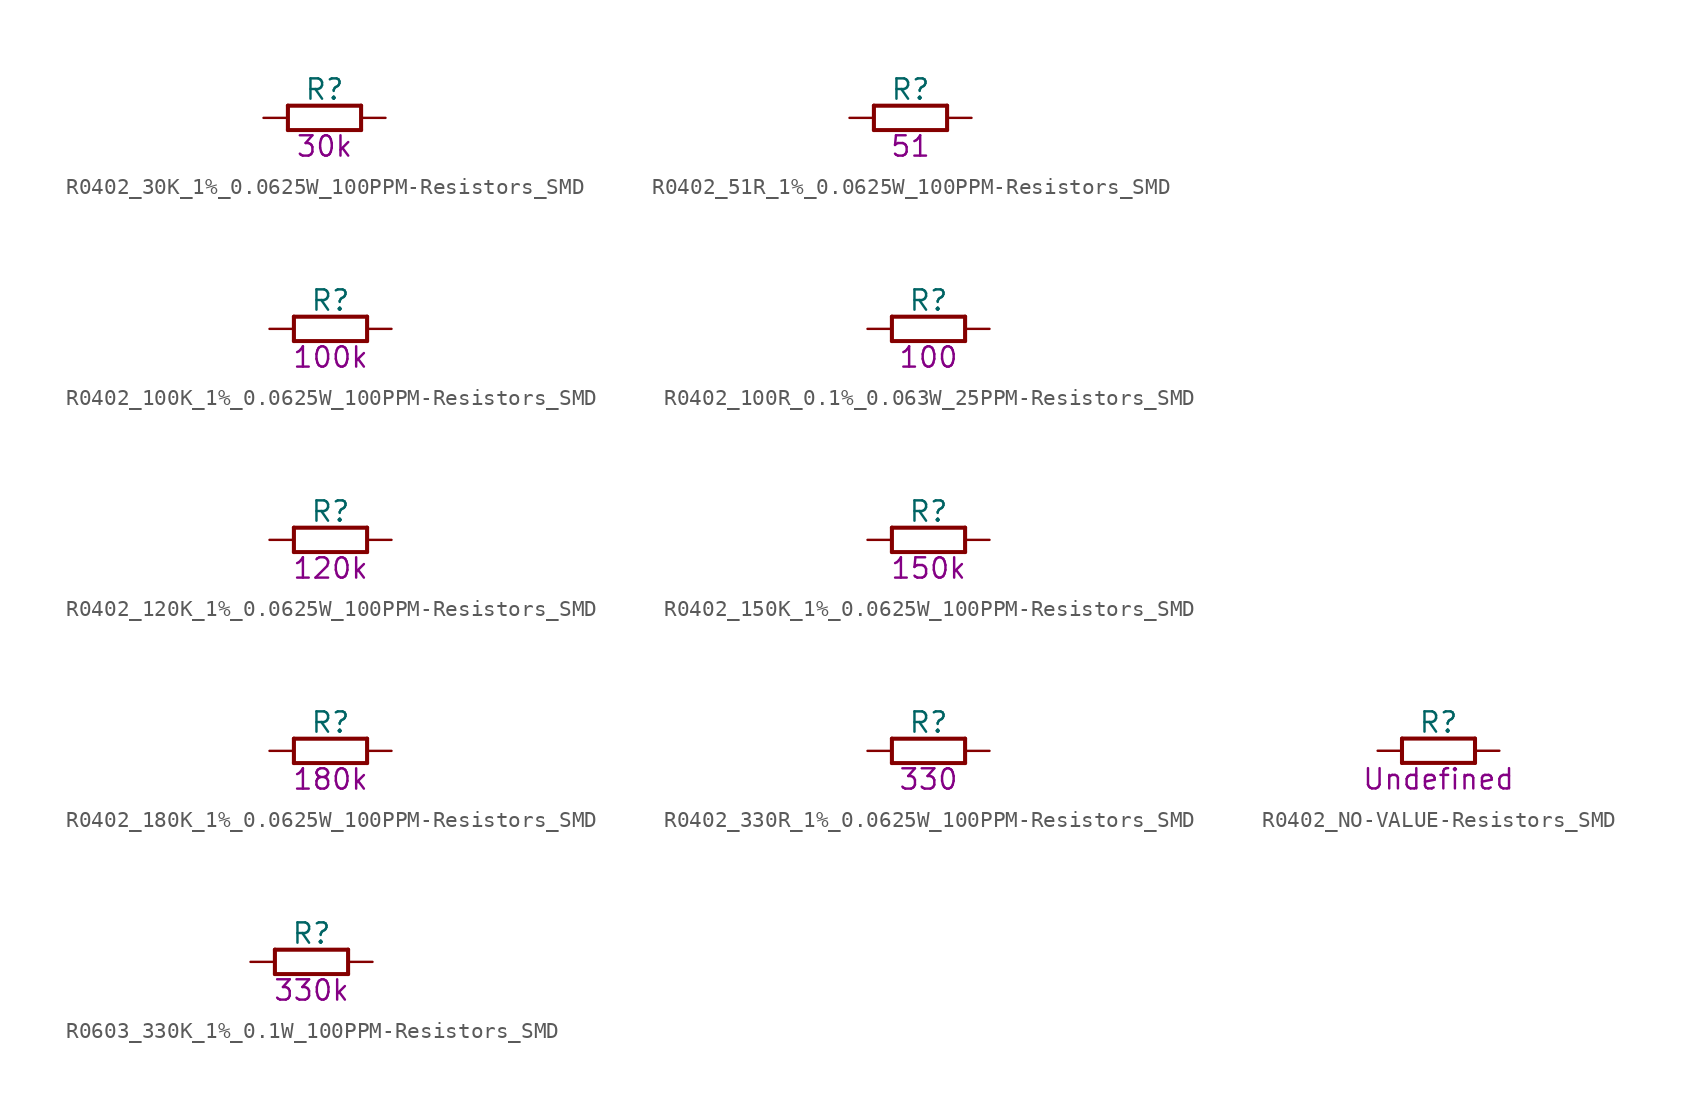
<source format=kicad_sym>
(kicad_symbol_lib
  (version 20200126)
  (host kicad_symbol_editor "(5.99.0-2809-gaceed2b0a4)")
  (symbol "LCD_Board-rescue:R0402_30K_1%_0.0625W_100PPM-Resistors_SMD"
    (pin_names
      (offset 1.27))
    (property "Reference" "R"
      (at 3.81 1.778 0)
      (effects (font (size 1.27 1.27))))
    (property "Val" "30k"
      (at 3.81 -1.778 0)
      (effects (font (size 1.27 1.27))))
    (property "ki_locked" ""
      (at 0 0 0)
      (effects (font (size 1.27 1.27))))
    (symbol "R0402_30K_1%_0.0625W_100PPM-Resistors_SMD_0_1"
      (text "1%" (at 3.81 0 0) (effects (font (size 0.635 0.635)) hide))
      (polyline (pts (xy 1.524 -0.762) (xy 6.096 -0.762)) (stroke (width 0.254)) (fill (type none)))
      (polyline (pts (xy 1.524 0.762) (xy 1.524 -0.762)) (stroke (width 0.254)) (fill (type none)))
      (polyline (pts (xy 6.096 -0.762) (xy 6.096 0.762)) (stroke (width 0.254)) (fill (type none)))
      (polyline (pts (xy 6.096 0.762) (xy 1.524 0.762)) (stroke (width 0.254)) (fill (type none)))
      (pin passive line (at 0 0 0) (length 1.524) (name "1" (effects (font (size 0 0)))) (number "1" (effects (font (size 0 0)))))
      (pin passive line (at 7.62 0 180) (length 1.524) (name "2" (effects (font (size 0 0)))) (number "2" (effects (font (size 0 0)))))))
  (symbol "LCD_Board-rescue:R0402_51R_1%_0.0625W_100PPM-Resistors_SMD"
    (pin_names
      (offset 1.27))
    (property "Reference" "R"
      (at 3.81 1.778 0)
      (effects (font (size 1.27 1.27))))
    (property "Val" "51"
      (at 3.81 -1.778 0)
      (effects (font (size 1.27 1.27))))
    (property "ki_locked" ""
      (at 0 0 0)
      (effects (font (size 1.27 1.27))))
    (symbol "R0402_51R_1%_0.0625W_100PPM-Resistors_SMD_0_1"
      (text "1%" (at 3.81 0 0) (effects (font (size 0.635 0.635)) hide))
      (polyline (pts (xy 1.524 -0.762) (xy 6.096 -0.762)) (stroke (width 0.254)) (fill (type none)))
      (polyline (pts (xy 1.524 0.762) (xy 1.524 -0.762)) (stroke (width 0.254)) (fill (type none)))
      (polyline (pts (xy 6.096 -0.762) (xy 6.096 0.762)) (stroke (width 0.254)) (fill (type none)))
      (polyline (pts (xy 6.096 0.762) (xy 1.524 0.762)) (stroke (width 0.254)) (fill (type none)))
      (pin passive line (at 0 0 0) (length 1.524) (name "1" (effects (font (size 0 0)))) (number "1" (effects (font (size 0 0)))))
      (pin passive line (at 7.62 0 180) (length 1.524) (name "2" (effects (font (size 0 0)))) (number "2" (effects (font (size 0 0)))))))
  (symbol "LCD_Board-rescue:R0402_100K_1%_0.0625W_100PPM-Resistors_SMD"
    (pin_names
      (offset 1.27))
    (property "Reference" "R"
      (at 3.81 1.778 0)
      (effects (font (size 1.27 1.27))))
    (property "Val" "100k"
      (at 3.81 -1.778 0)
      (effects (font (size 1.27 1.27))))
    (property "ki_locked" ""
      (at 0 0 0)
      (effects (font (size 1.27 1.27))))
    (symbol "R0402_100K_1%_0.0625W_100PPM-Resistors_SMD_0_1"
      (text "1%" (at 3.81 0 0) (effects (font (size 0.635 0.635)) hide))
      (polyline (pts (xy 1.524 -0.762) (xy 6.096 -0.762)) (stroke (width 0.254)) (fill (type none)))
      (polyline (pts (xy 1.524 0.762) (xy 1.524 -0.762)) (stroke (width 0.254)) (fill (type none)))
      (polyline (pts (xy 6.096 -0.762) (xy 6.096 0.762)) (stroke (width 0.254)) (fill (type none)))
      (polyline (pts (xy 6.096 0.762) (xy 1.524 0.762)) (stroke (width 0.254)) (fill (type none)))
      (pin passive line (at 0 0 0) (length 1.524) (name "1" (effects (font (size 0 0)))) (number "1" (effects (font (size 0 0)))))
      (pin passive line (at 7.62 0 180) (length 1.524) (name "2" (effects (font (size 0 0)))) (number "2" (effects (font (size 0 0)))))))
  (symbol "LCD_Board-rescue:R0402_100R_0.1%_0.063W_25PPM-Resistors_SMD"
    (pin_names
      (offset 1.27))
    (property "Reference" "R"
      (at 3.81 1.778 0)
      (effects (font (size 1.27 1.27))))
    (property "Val" "100"
      (at 3.81 -1.778 0)
      (effects (font (size 1.27 1.27))))
    (property "ki_locked" ""
      (at 0 0 0)
      (effects (font (size 1.27 1.27))))
    (symbol "R0402_100R_0.1%_0.063W_25PPM-Resistors_SMD_0_1"
      (text "0.1%" (at 3.81 0 0) (effects (font (size 0.635 0.635)) hide))
      (polyline (pts (xy 1.524 -0.762) (xy 6.096 -0.762)) (stroke (width 0.254)) (fill (type none)))
      (polyline (pts (xy 1.524 0.762) (xy 1.524 -0.762)) (stroke (width 0.254)) (fill (type none)))
      (polyline (pts (xy 6.096 -0.762) (xy 6.096 0.762)) (stroke (width 0.254)) (fill (type none)))
      (polyline (pts (xy 6.096 0.762) (xy 1.524 0.762)) (stroke (width 0.254)) (fill (type none)))
      (pin passive line (at 0 0 0) (length 1.524) (name "1" (effects (font (size 0 0)))) (number "1" (effects (font (size 0 0)))))
      (pin passive line (at 7.62 0 180) (length 1.524) (name "2" (effects (font (size 0 0)))) (number "2" (effects (font (size 0 0)))))))
  (symbol "LCD_Board-rescue:R0402_120K_1%_0.0625W_100PPM-Resistors_SMD"
    (pin_names
      (offset 1.27))
    (property "Reference" "R"
      (at 3.81 1.778 0)
      (effects (font (size 1.27 1.27))))
    (property "Val" "120k"
      (at 3.81 -1.778 0)
      (effects (font (size 1.27 1.27))))
    (property "ki_locked" ""
      (at 0 0 0)
      (effects (font (size 1.27 1.27))))
    (symbol "R0402_120K_1%_0.0625W_100PPM-Resistors_SMD_0_1"
      (text "1%" (at 3.81 0 0) (effects (font (size 0.635 0.635)) hide))
      (polyline (pts (xy 1.524 -0.762) (xy 6.096 -0.762)) (stroke (width 0.254)) (fill (type none)))
      (polyline (pts (xy 1.524 0.762) (xy 1.524 -0.762)) (stroke (width 0.254)) (fill (type none)))
      (polyline (pts (xy 6.096 -0.762) (xy 6.096 0.762)) (stroke (width 0.254)) (fill (type none)))
      (polyline (pts (xy 6.096 0.762) (xy 1.524 0.762)) (stroke (width 0.254)) (fill (type none)))
      (pin passive line (at 0 0 0) (length 1.524) (name "1" (effects (font (size 0 0)))) (number "1" (effects (font (size 0 0)))))
      (pin passive line (at 7.62 0 180) (length 1.524) (name "2" (effects (font (size 0 0)))) (number "2" (effects (font (size 0 0)))))))
  (symbol "LCD_Board-rescue:R0402_150K_1%_0.0625W_100PPM-Resistors_SMD"
    (pin_names
      (offset 1.27))
    (property "Reference" "R"
      (at 3.81 1.778 0)
      (effects (font (size 1.27 1.27))))
    (property "Val" "150k"
      (at 3.81 -1.778 0)
      (effects (font (size 1.27 1.27))))
    (property "ki_locked" ""
      (at 0 0 0)
      (effects (font (size 1.27 1.27))))
    (symbol "R0402_150K_1%_0.0625W_100PPM-Resistors_SMD_0_1"
      (text "1%" (at 3.81 0 0) (effects (font (size 0.635 0.635)) hide))
      (polyline (pts (xy 1.524 -0.762) (xy 6.096 -0.762)) (stroke (width 0.254)) (fill (type none)))
      (polyline (pts (xy 1.524 0.762) (xy 1.524 -0.762)) (stroke (width 0.254)) (fill (type none)))
      (polyline (pts (xy 6.096 -0.762) (xy 6.096 0.762)) (stroke (width 0.254)) (fill (type none)))
      (polyline (pts (xy 6.096 0.762) (xy 1.524 0.762)) (stroke (width 0.254)) (fill (type none)))
      (pin passive line (at 0 0 0) (length 1.524) (name "1" (effects (font (size 0 0)))) (number "1" (effects (font (size 0 0)))))
      (pin passive line (at 7.62 0 180) (length 1.524) (name "2" (effects (font (size 0 0)))) (number "2" (effects (font (size 0 0)))))))
  (symbol "LCD_Board-rescue:R0402_180K_1%_0.0625W_100PPM-Resistors_SMD"
    (pin_names
      (offset 1.27))
    (property "Reference" "R"
      (at 3.81 1.778 0)
      (effects (font (size 1.27 1.27))))
    (property "Val" "180k"
      (at 3.81 -1.778 0)
      (effects (font (size 1.27 1.27))))
    (property "ki_locked" ""
      (at 0 0 0)
      (effects (font (size 1.27 1.27))))
    (symbol "R0402_180K_1%_0.0625W_100PPM-Resistors_SMD_0_1"
      (text "1%" (at 3.81 0 0) (effects (font (size 0.635 0.635)) hide))
      (polyline (pts (xy 1.524 -0.762) (xy 6.096 -0.762)) (stroke (width 0.254)) (fill (type none)))
      (polyline (pts (xy 1.524 0.762) (xy 1.524 -0.762)) (stroke (width 0.254)) (fill (type none)))
      (polyline (pts (xy 6.096 -0.762) (xy 6.096 0.762)) (stroke (width 0.254)) (fill (type none)))
      (polyline (pts (xy 6.096 0.762) (xy 1.524 0.762)) (stroke (width 0.254)) (fill (type none)))
      (pin passive line (at 0 0 0) (length 1.524) (name "1" (effects (font (size 0 0)))) (number "1" (effects (font (size 0 0)))))
      (pin passive line (at 7.62 0 180) (length 1.524) (name "2" (effects (font (size 0 0)))) (number "2" (effects (font (size 0 0)))))))
  (symbol "LCD_Board-rescue:R0402_330R_1%_0.0625W_100PPM-Resistors_SMD"
    (pin_names
      (offset 1.27))
    (property "Reference" "R"
      (at 3.81 1.778 0)
      (effects (font (size 1.27 1.27))))
    (property "Val" "330"
      (at 3.81 -1.778 0)
      (effects (font (size 1.27 1.27))))
    (property "ki_locked" ""
      (at 0 0 0)
      (effects (font (size 1.27 1.27))))
    (symbol "R0402_330R_1%_0.0625W_100PPM-Resistors_SMD_0_1"
      (text "1%" (at 3.81 0 0) (effects (font (size 0.635 0.635)) hide))
      (polyline (pts (xy 1.524 -0.762) (xy 6.096 -0.762)) (stroke (width 0.254)) (fill (type none)))
      (polyline (pts (xy 1.524 0.762) (xy 1.524 -0.762)) (stroke (width 0.254)) (fill (type none)))
      (polyline (pts (xy 6.096 -0.762) (xy 6.096 0.762)) (stroke (width 0.254)) (fill (type none)))
      (polyline (pts (xy 6.096 0.762) (xy 1.524 0.762)) (stroke (width 0.254)) (fill (type none)))
      (pin passive line (at 0 0 0) (length 1.524) (name "1" (effects (font (size 0 0)))) (number "1" (effects (font (size 0 0)))))
      (pin passive line (at 7.62 0 180) (length 1.524) (name "2" (effects (font (size 0 0)))) (number "2" (effects (font (size 0 0)))))))
  (symbol "LCD_Board-rescue:R0402_NO-VALUE-Resistors_SMD"
    (pin_names
      (offset 1.27))
    (property "Reference" "R"
      (at 3.81 1.778 0)
      (effects (font (size 1.27 1.27))))
    (property "Val" "Undefined"
      (at 3.81 -1.778 0)
      (effects (font (size 1.27 1.27))))
    (property "ki_locked" ""
      (at 0 0 0)
      (effects (font (size 1.27 1.27))))
    (symbol "R0402_NO-VALUE-Resistors_SMD_0_1"
      (polyline (pts (xy 1.524 -0.762) (xy 6.096 -0.762)) (stroke (width 0.254)) (fill (type none)))
      (polyline (pts (xy 1.524 0.762) (xy 1.524 -0.762)) (stroke (width 0.254)) (fill (type none)))
      (polyline (pts (xy 6.096 -0.762) (xy 6.096 0.762)) (stroke (width 0.254)) (fill (type none)))
      (polyline (pts (xy 6.096 0.762) (xy 1.524 0.762)) (stroke (width 0.254)) (fill (type none)))
      (pin passive line (at 0 0 0) (length 1.524) (name "1" (effects (font (size 0 0)))) (number "1" (effects (font (size 0 0)))))
      (pin passive line (at 7.62 0 180) (length 1.524) (name "2" (effects (font (size 0 0)))) (number "2" (effects (font (size 0 0)))))))
  (symbol "LCD_Board-rescue:R0603_330K_1%_0.1W_100PPM-Resistors_SMD"
    (pin_names
      (offset 1.27))
    (property "Reference" "R"
      (at 3.81 1.778 0)
      (effects (font (size 1.27 1.27))))
    (property "Val" "330k"
      (at 3.81 -1.778 0)
      (effects (font (size 1.27 1.27))))
    (property "ki_locked" ""
      (at 0 0 0)
      (effects (font (size 1.27 1.27))))
    (symbol "R0603_330K_1%_0.1W_100PPM-Resistors_SMD_0_1"
      (text "1%" (at 3.81 0 0) (effects (font (size 0.635 0.635)) hide))
      (polyline (pts (xy 1.524 -0.762) (xy 6.096 -0.762)) (stroke (width 0.254)) (fill (type none)))
      (polyline (pts (xy 1.524 0.762) (xy 1.524 -0.762)) (stroke (width 0.254)) (fill (type none)))
      (polyline (pts (xy 6.096 -0.762) (xy 6.096 0.762)) (stroke (width 0.254)) (fill (type none)))
      (polyline (pts (xy 6.096 0.762) (xy 1.524 0.762)) (stroke (width 0.254)) (fill (type none)))
      (pin passive line (at 0 0 0) (length 1.524) (name "1" (effects (font (size 0 0)))) (number "1" (effects (font (size 0 0)))))
      (pin passive line (at 7.62 0 180) (length 1.524) (name "2" (effects (font (size 0 0)))) (number "2" (effects (font (size 0 0))))))))
</source>
